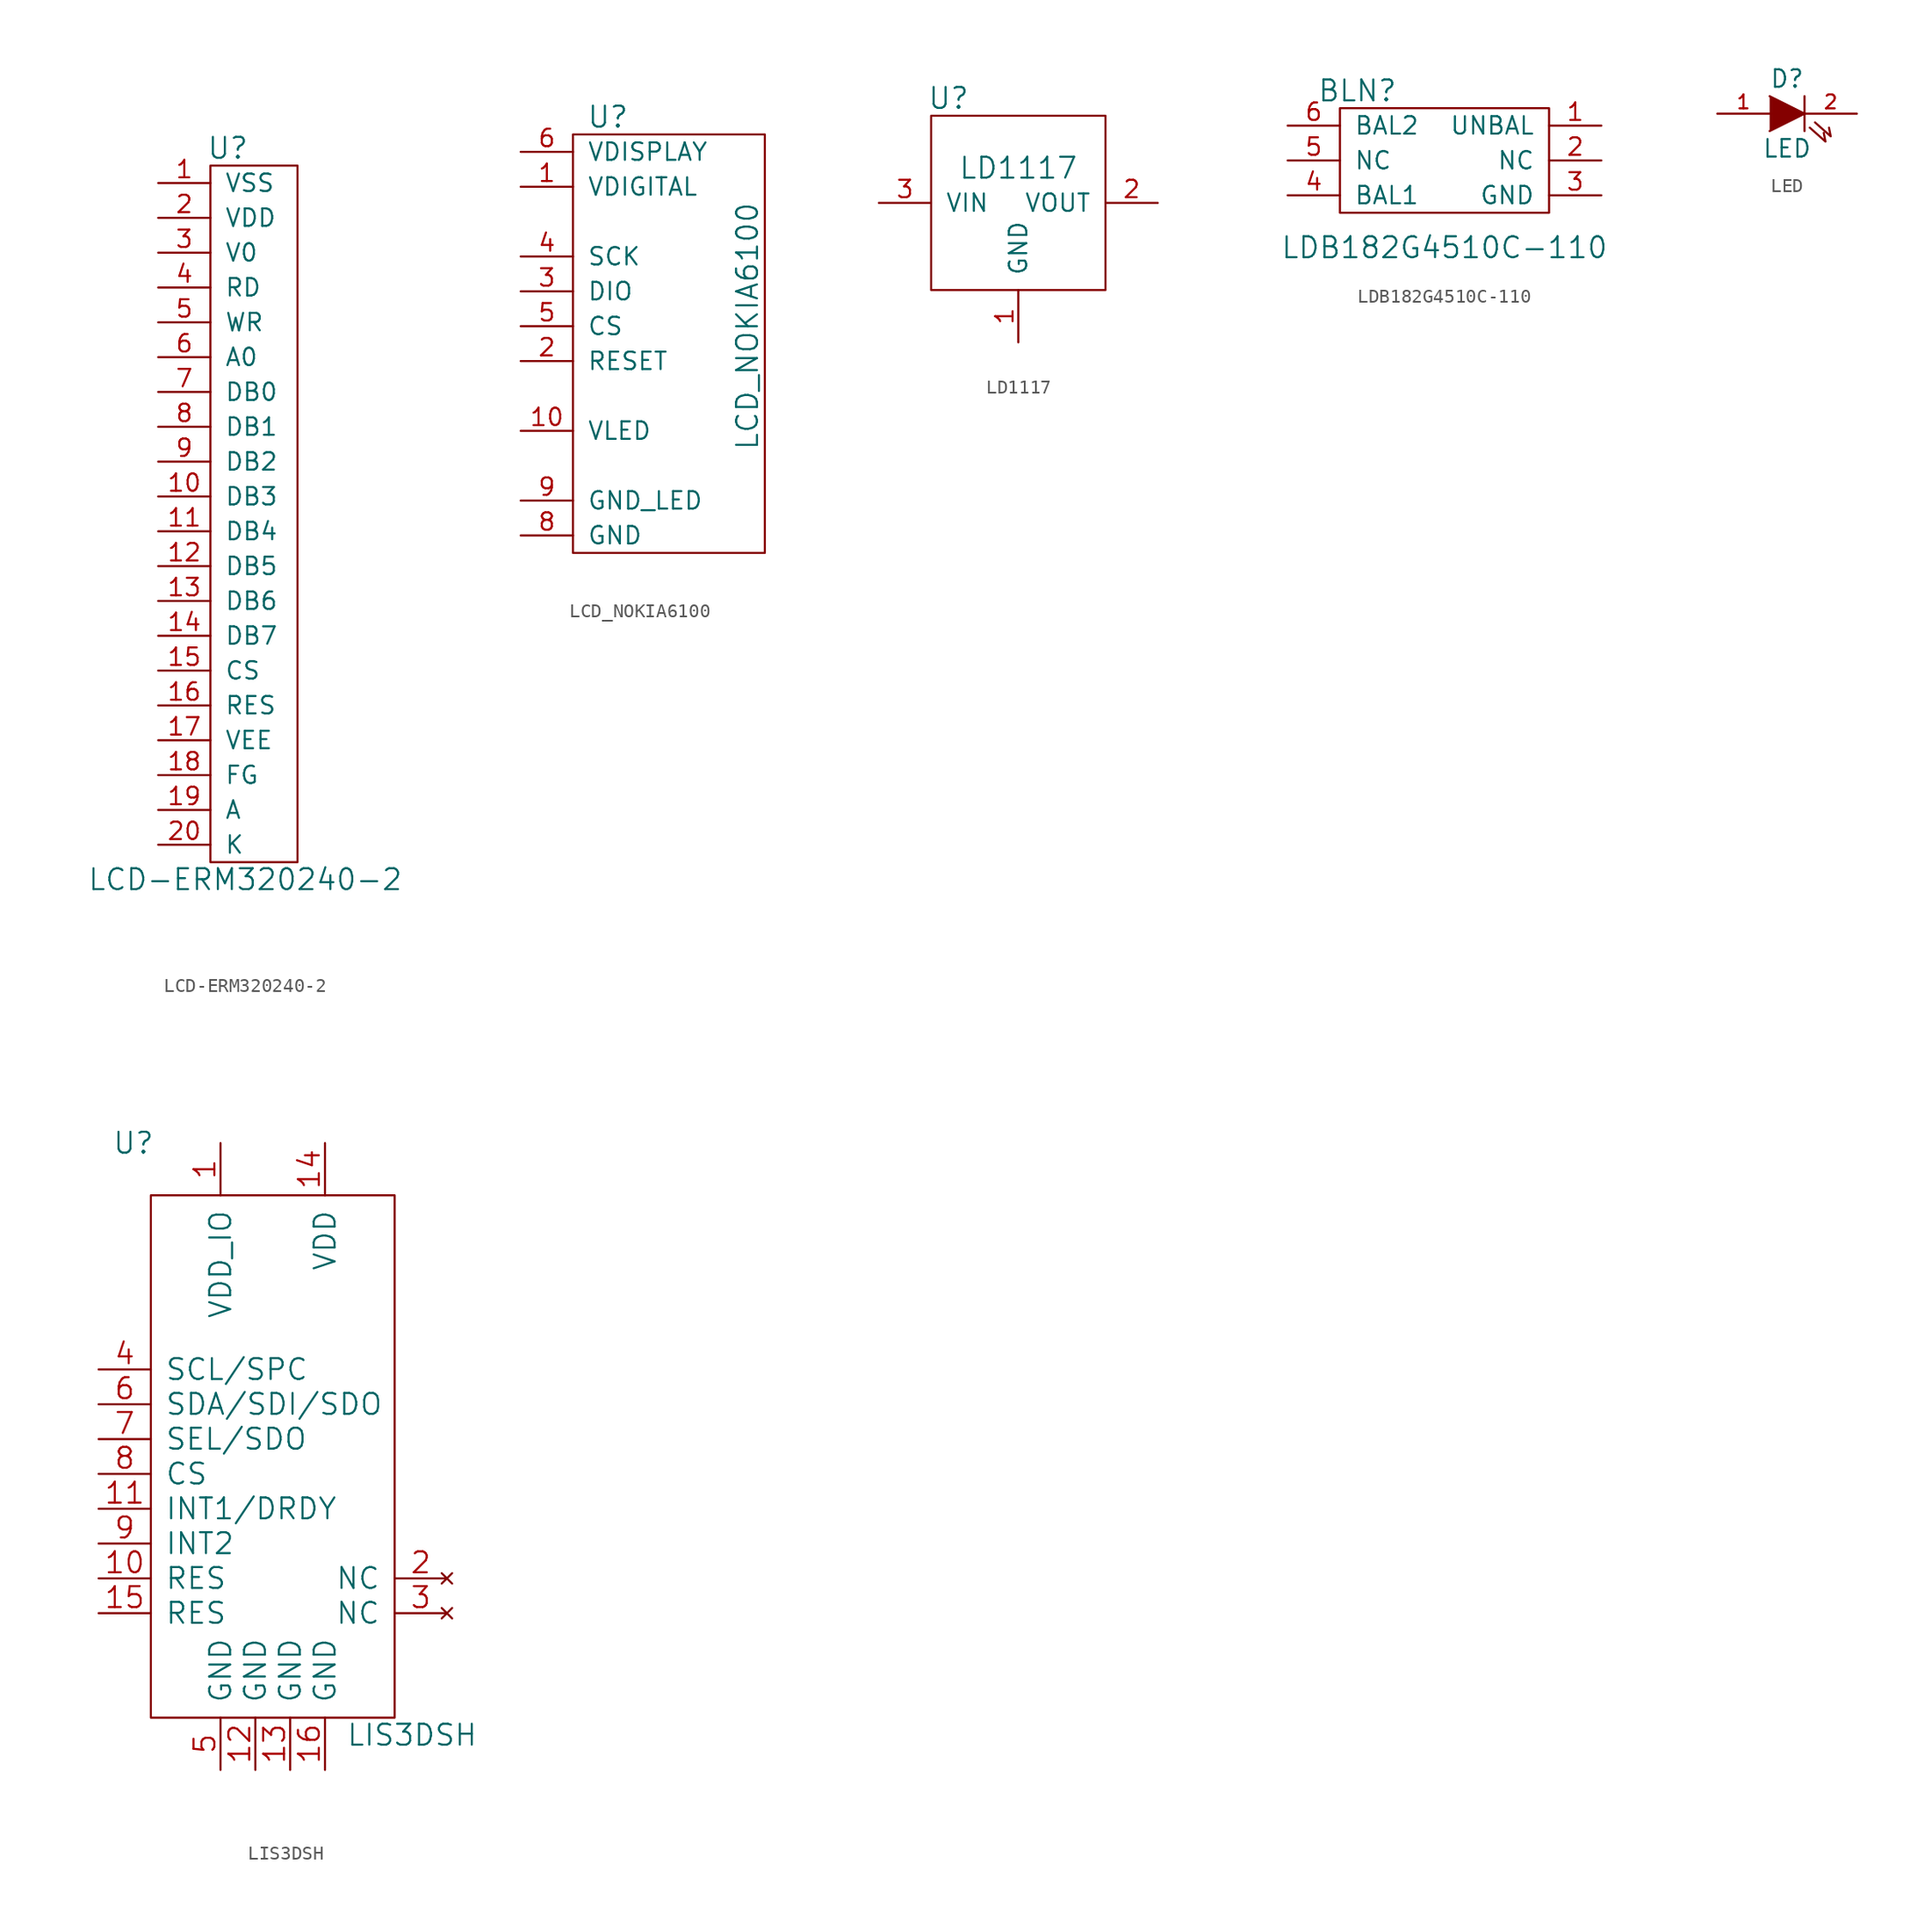
<source format=kicad_sym>
(kicad_symbol_lib
  (version 20210619)
  (generator kicad_symbol_editor)
  (symbol "tinkerforge:LCD-ERM320240-2"
    (pin_names
      (offset 1.016))
    (property "Reference" "U"
      (at 1.27 26.67 0)
      (effects (font (size 1.524 1.524))))
    (property "Value" "LCD-ERM320240-2"
      (at 2.54 -26.67 0)
      (effects (font (size 1.524 1.524))))
    (property "Footprint" ""
      (at 0 5.08 0)
      (effects (font (size 1.524 1.524))))
    (property "Datasheet" ""
      (at 0 5.08 0)
      (effects (font (size 1.524 1.524))))
    (symbol "LCD-ERM320240-2_0_1"
      (rectangle (start 0 25.4) (end 6.35 -25.4) (stroke (width 0)) (fill (type none))))
    (symbol "LCD-ERM320240-2_1_1"
      (pin passive line (at -3.81 24.13 0) (length 3.81) (name "VSS" (effects (font (size 1.27 1.27)))) (number "1" (effects (font (size 1.27 1.27)))))
      (pin passive line (at -3.81 1.27 0) (length 3.81) (name "DB3" (effects (font (size 1.27 1.27)))) (number "10" (effects (font (size 1.27 1.27)))))
      (pin passive line (at -3.81 -1.27 0) (length 3.81) (name "DB4" (effects (font (size 1.27 1.27)))) (number "11" (effects (font (size 1.27 1.27)))))
      (pin passive line (at -3.81 -3.81 0) (length 3.81) (name "DB5" (effects (font (size 1.27 1.27)))) (number "12" (effects (font (size 1.27 1.27)))))
      (pin passive line (at -3.81 -6.35 0) (length 3.81) (name "DB6" (effects (font (size 1.27 1.27)))) (number "13" (effects (font (size 1.27 1.27)))))
      (pin passive line (at -3.81 -8.89 0) (length 3.81) (name "DB7" (effects (font (size 1.27 1.27)))) (number "14" (effects (font (size 1.27 1.27)))))
      (pin passive line (at -3.81 -11.43 0) (length 3.81) (name "CS" (effects (font (size 1.27 1.27)))) (number "15" (effects (font (size 1.27 1.27)))))
      (pin passive line (at -3.81 -13.97 0) (length 3.81) (name "RES" (effects (font (size 1.27 1.27)))) (number "16" (effects (font (size 1.27 1.27)))))
      (pin passive line (at -3.81 -16.51 0) (length 3.81) (name "VEE" (effects (font (size 1.27 1.27)))) (number "17" (effects (font (size 1.27 1.27)))))
      (pin passive line (at -3.81 -19.05 0) (length 3.81) (name "FG" (effects (font (size 1.27 1.27)))) (number "18" (effects (font (size 1.27 1.27)))))
      (pin passive line (at -3.81 -21.59 0) (length 3.81) (name "A" (effects (font (size 1.27 1.27)))) (number "19" (effects (font (size 1.27 1.27)))))
      (pin passive line (at -3.81 21.59 0) (length 3.81) (name "VDD" (effects (font (size 1.27 1.27)))) (number "2" (effects (font (size 1.27 1.27)))))
      (pin passive line (at -3.81 -24.13 0) (length 3.81) (name "K" (effects (font (size 1.27 1.27)))) (number "20" (effects (font (size 1.27 1.27)))))
      (pin passive line (at -3.81 19.05 0) (length 3.81) (name "V0" (effects (font (size 1.27 1.27)))) (number "3" (effects (font (size 1.27 1.27)))))
      (pin passive line (at -3.81 16.51 0) (length 3.81) (name "RD" (effects (font (size 1.27 1.27)))) (number "4" (effects (font (size 1.27 1.27)))))
      (pin passive line (at -3.81 13.97 0) (length 3.81) (name "WR" (effects (font (size 1.27 1.27)))) (number "5" (effects (font (size 1.27 1.27)))))
      (pin passive line (at -3.81 11.43 0) (length 3.81) (name "A0" (effects (font (size 1.27 1.27)))) (number "6" (effects (font (size 1.27 1.27)))))
      (pin passive line (at -3.81 8.89 0) (length 3.81) (name "DB0" (effects (font (size 1.27 1.27)))) (number "7" (effects (font (size 1.27 1.27)))))
      (pin passive line (at -3.81 6.35 0) (length 3.81) (name "DB1" (effects (font (size 1.27 1.27)))) (number "8" (effects (font (size 1.27 1.27)))))
      (pin passive line (at -3.81 3.81 0) (length 3.81) (name "DB2" (effects (font (size 1.27 1.27)))) (number "9" (effects (font (size 1.27 1.27)))))))
  (symbol "tinkerforge:LCD_NOKIA6100"
    (pin_names
      (offset 1.016))
    (property "Reference" "U"
      (at 2.54 16.51 0)
      (effects (font (size 1.524 1.524))))
    (property "Value" "LCD_NOKIA6100"
      (at 12.7 1.27 90)
      (effects (font (size 1.524 1.524))))
    (property "Footprint" ""
      (at 0 0 0)
      (effects (font (size 1.524 1.524))))
    (property "Datasheet" ""
      (at 0 0 0)
      (effects (font (size 1.524 1.524))))
    (symbol "LCD_NOKIA6100_0_1"
      (rectangle (start 0 15.24) (end 13.97 -15.24) (stroke (width 0)) (fill (type none))))
    (symbol "LCD_NOKIA6100_1_1"
      (pin passive line (at -3.81 11.43 0) (length 3.81) (name "VDIGITAL" (effects (font (size 1.27 1.27)))) (number "1" (effects (font (size 1.27 1.27)))))
      (pin passive line (at -3.81 -6.35 0) (length 3.81) (name "VLED" (effects (font (size 1.27 1.27)))) (number "10" (effects (font (size 1.27 1.27)))))
      (pin passive line (at -3.81 -1.27 0) (length 3.81) (name "RESET" (effects (font (size 1.27 1.27)))) (number "2" (effects (font (size 1.27 1.27)))))
      (pin passive line (at -3.81 3.81 0) (length 3.81) (name "DIO" (effects (font (size 1.27 1.27)))) (number "3" (effects (font (size 1.27 1.27)))))
      (pin passive line (at -3.81 6.35 0) (length 3.81) (name "SCK" (effects (font (size 1.27 1.27)))) (number "4" (effects (font (size 1.27 1.27)))))
      (pin passive line (at -3.81 1.27 0) (length 3.81) (name "CS" (effects (font (size 1.27 1.27)))) (number "5" (effects (font (size 1.27 1.27)))))
      (pin passive line (at -3.81 13.97 0) (length 3.81) (name "VDISPLAY" (effects (font (size 1.27 1.27)))) (number "6" (effects (font (size 1.27 1.27)))))
      (pin passive line (at -3.81 -13.97 0) (length 3.81) (name "GND" (effects (font (size 1.27 1.27)))) (number "8" (effects (font (size 1.27 1.27)))))
      (pin passive line (at -3.81 -11.43 0) (length 3.81) (name "GND_LED" (effects (font (size 1.27 1.27)))) (number "9" (effects (font (size 1.27 1.27)))))))
  (symbol "tinkerforge:LD1117"
    (pin_names
      (offset 1.016))
    (property "Reference" "U"
      (at -5.08 12.7 0)
      (effects (font (size 1.524 1.524))))
    (property "Value" "LD1117"
      (at 0 7.62 0)
      (effects (font (size 1.524 1.524))))
    (property "Footprint" ""
      (at 0 0 0)
      (effects (font (size 1.524 1.524))))
    (property "Datasheet" ""
      (at 0 0 0)
      (effects (font (size 1.524 1.524))))
    (symbol "LD1117_0_1"
      (rectangle (start -6.35 11.43) (end 6.35 -1.27) (stroke (width 0)) (fill (type none))))
    (symbol "LD1117_1_1"
      (pin passive line (at 0 -5.08 90) (length 3.81) (name "GND" (effects (font (size 1.27 1.27)))) (number "1" (effects (font (size 1.27 1.27)))))
      (pin output line (at 10.16 5.08 180) (length 3.81) (name "VOUT" (effects (font (size 1.27 1.27)))) (number "2" (effects (font (size 1.27 1.27)))))
      (pin input line (at -10.16 5.08 0) (length 3.81) (name "VIN" (effects (font (size 1.27 1.27)))) (number "3" (effects (font (size 1.27 1.27)))))))
  (symbol "tinkerforge:LDB182G4510C-110"
    (pin_names
      (offset 1.016))
    (property "Reference" "BLN"
      (at -6.35 5.08 0)
      (effects (font (size 1.524 1.524))))
    (property "Value" "LDB182G4510C-110"
      (at 0 -6.35 0)
      (effects (font (size 1.524 1.524))))
    (property "Footprint" ""
      (at 0 0 0)
      (effects (font (size 1.524 1.524))))
    (property "Datasheet" ""
      (at 0 0 0)
      (effects (font (size 1.524 1.524))))
    (symbol "LDB182G4510C-110_0_1"
      (rectangle (start -7.62 3.81) (end 7.62 -3.81) (stroke (width 0)) (fill (type none))))
    (symbol "LDB182G4510C-110_1_1"
      (pin passive line (at 11.43 2.54 180) (length 3.81) (name "UNBAL" (effects (font (size 1.27 1.27)))) (number "1" (effects (font (size 1.27 1.27)))))
      (pin input line (at 11.43 0 180) (length 3.81) (name "NC" (effects (font (size 1.27 1.27)))) (number "2" (effects (font (size 1.27 1.27)))))
      (pin passive line (at 11.43 -2.54 180) (length 3.81) (name "GND" (effects (font (size 1.27 1.27)))) (number "3" (effects (font (size 1.27 1.27)))))
      (pin input line (at -11.43 -2.54 0) (length 3.81) (name "BAL1" (effects (font (size 1.27 1.27)))) (number "4" (effects (font (size 1.27 1.27)))))
      (pin input line (at -11.43 0 0) (length 3.81) (name "NC" (effects (font (size 1.27 1.27)))) (number "5" (effects (font (size 1.27 1.27)))))
      (pin passive line (at -11.43 2.54 0) (length 3.81) (name "BAL2" (effects (font (size 1.27 1.27)))) (number "6" (effects (font (size 1.27 1.27)))))))
  (symbol "tinkerforge:LED"
    (pin_names
      (offset 1.016) hide)
    (property "Reference" "D"
      (at 0 2.54 0)
      (effects (font (size 1.27 1.27))))
    (property "Value" "LED"
      (at 0 -2.54 0)
      (effects (font (size 1.27 1.27))))
    (property "Footprint" ""
      (at 0 0 0)
      (effects (font (size 1.27 1.27))))
    (property "Datasheet" ""
      (at 0 0 0)
      (effects (font (size 1.27 1.27))))
    (symbol "LED_0_1"
      (polyline (pts (xy 1.27 1.27) (xy 1.27 -1.27)) (stroke (width 0)) (fill (type none)))
      (polyline (pts (xy 1.651 -1.016) (xy 2.794 -2.032) (xy 2.667 -1.397)) (stroke (width 0)) (fill (type none)))
      (polyline (pts (xy 2.032 -0.635) (xy 3.175 -1.651) (xy 3.048 -1.016)) (stroke (width 0)) (fill (type none)))
      (polyline (pts (xy -1.27 1.27) (xy 1.27 0) (xy -1.27 -1.27)) (stroke (width 0)) (fill (type outline))))
    (symbol "LED_1_1"
      (pin passive line (at -5.08 0 0) (length 3.81) (name "A" (effects (font (size 1.016 1.016)))) (number "1" (effects (font (size 1.016 1.016)))))
      (pin passive line (at 5.08 0 180) (length 3.81) (name "K" (effects (font (size 1.016 1.016)))) (number "2" (effects (font (size 1.016 1.016)))))))
  (symbol "tinkerforge:LIS3DSH"
    (pin_names
      (offset 1.016))
    (property "Reference" "U"
      (at -10.16 22.86 0)
      (effects (font (size 1.524 1.524))))
    (property "Value" "LIS3DSH"
      (at 10.16 -20.32 0)
      (effects (font (size 1.524 1.524))))
    (property "Footprint" ""
      (at -1.27 -3.81 0)
      (effects (font (size 1.524 1.524))))
    (property "Datasheet" ""
      (at -1.27 -3.81 0)
      (effects (font (size 1.524 1.524))))
    (symbol "LIS3DSH_0_1"
      (rectangle (start -8.89 19.05) (end 8.89 -19.05) (stroke (width 0)) (fill (type none))))
    (symbol "LIS3DSH_1_1"
      (pin input line (at -3.81 22.86 270) (length 3.81) (name "VDD_IO" (effects (font (size 1.524 1.524)))) (number "1" (effects (font (size 1.524 1.524)))))
      (pin passive line (at -12.7 -8.89 0) (length 3.81) (name "RES" (effects (font (size 1.524 1.524)))) (number "10" (effects (font (size 1.524 1.524)))))
      (pin passive line (at -12.7 -3.81 0) (length 3.81) (name "INT1/DRDY" (effects (font (size 1.524 1.524)))) (number "11" (effects (font (size 1.524 1.524)))))
      (pin passive line (at -1.27 -22.86 90) (length 3.81) (name "GND" (effects (font (size 1.524 1.524)))) (number "12" (effects (font (size 1.524 1.524)))))
      (pin passive line (at 1.27 -22.86 90) (length 3.81) (name "GND" (effects (font (size 1.524 1.524)))) (number "13" (effects (font (size 1.524 1.524)))))
      (pin passive line (at 3.81 22.86 270) (length 3.81) (name "VDD" (effects (font (size 1.524 1.524)))) (number "14" (effects (font (size 1.524 1.524)))))
      (pin passive line (at -12.7 -11.43 0) (length 3.81) (name "RES" (effects (font (size 1.524 1.524)))) (number "15" (effects (font (size 1.524 1.524)))))
      (pin passive line (at 3.81 -22.86 90) (length 3.81) (name "GND" (effects (font (size 1.524 1.524)))) (number "16" (effects (font (size 1.524 1.524)))))
      (pin no_connect line (at 12.7 -8.89 180) (length 3.81) (name "NC" (effects (font (size 1.524 1.524)))) (number "2" (effects (font (size 1.524 1.524)))))
      (pin no_connect line (at 12.7 -11.43 180) (length 3.81) (name "NC" (effects (font (size 1.524 1.524)))) (number "3" (effects (font (size 1.524 1.524)))))
      (pin passive line (at -12.7 6.35 0) (length 3.81) (name "SCL/SPC" (effects (font (size 1.524 1.524)))) (number "4" (effects (font (size 1.524 1.524)))))
      (pin passive line (at -3.81 -22.86 90) (length 3.81) (name "GND" (effects (font (size 1.524 1.524)))) (number "5" (effects (font (size 1.524 1.524)))))
      (pin passive line (at -12.7 3.81 0) (length 3.81) (name "SDA/SDI/SDO" (effects (font (size 1.524 1.524)))) (number "6" (effects (font (size 1.524 1.524)))))
      (pin passive line (at -12.7 1.27 0) (length 3.81) (name "SEL/SDO" (effects (font (size 1.524 1.524)))) (number "7" (effects (font (size 1.524 1.524)))))
      (pin passive line (at -12.7 -1.27 0) (length 3.81) (name "CS" (effects (font (size 1.524 1.524)))) (number "8" (effects (font (size 1.524 1.524)))))
      (pin passive line (at -12.7 -6.35 0) (length 3.81) (name "INT2" (effects (font (size 1.524 1.524)))) (number "9" (effects (font (size 1.524 1.524))))))))
</source>
